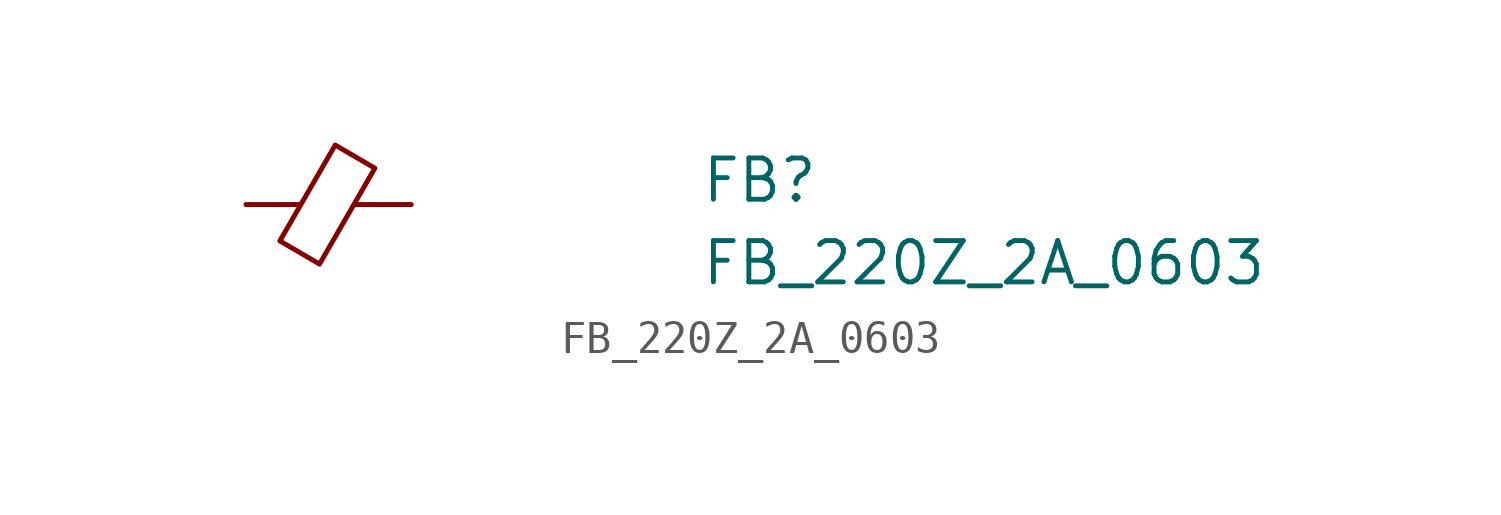
<source format=kicad_sym>
(kicad_symbol_lib
  (version 20211014)
  (generator kicad_symbol_editor)
  (symbol "FB_220Z_2A_0603"
    (pin_numbers hide)
    (pin_names hide)
    (property "Reference" "FB"
      (at 13.97 0 0)
      (effects (font (size 1.27 1.27) (thickness 0.15)) (justify left bottom)))
    (property "Value" "FB_220Z_2A_0603"
      (at 13.97 -2.54 0)
      (effects (font (size 1.27 1.27) (thickness 0.15)) (justify left bottom)))
    (symbol "FB_220Z_2A_0603_0_1"
      (polyline (pts (xy 1.651 0) (xy 1.245 0)) (stroke (width 0) (type default) (color 0 0 0 0)) (fill (type none)))
      (polyline (pts (xy 3.81 0) (xy 3.327 0)) (stroke (width 0) (type default) (color 0 0 0 0)) (fill (type none)))
      (polyline (pts (xy 2.261 -1.829) (xy 1.041 -1.118) (xy 2.743 1.829) (xy 3.962 1.118) (xy 2.261 -1.829)) (stroke (width 0) (type default) (color 0 0 0 0)) (fill (type none))))
    (symbol "FB_220Z_2A_0603_1_1"
      (pin passive line (at 0 0 0) (length 1.27) (name "~" (effects (font (size 1.27 1.27)))) (number "1" (effects (font (size 1.27 1.27)))))
      (pin passive line (at 5.08 0 180) (length 1.27) (name "~" (effects (font (size 1.27 1.27)))) (number "2" (effects (font (size 1.27 1.27))))))))
</source>
